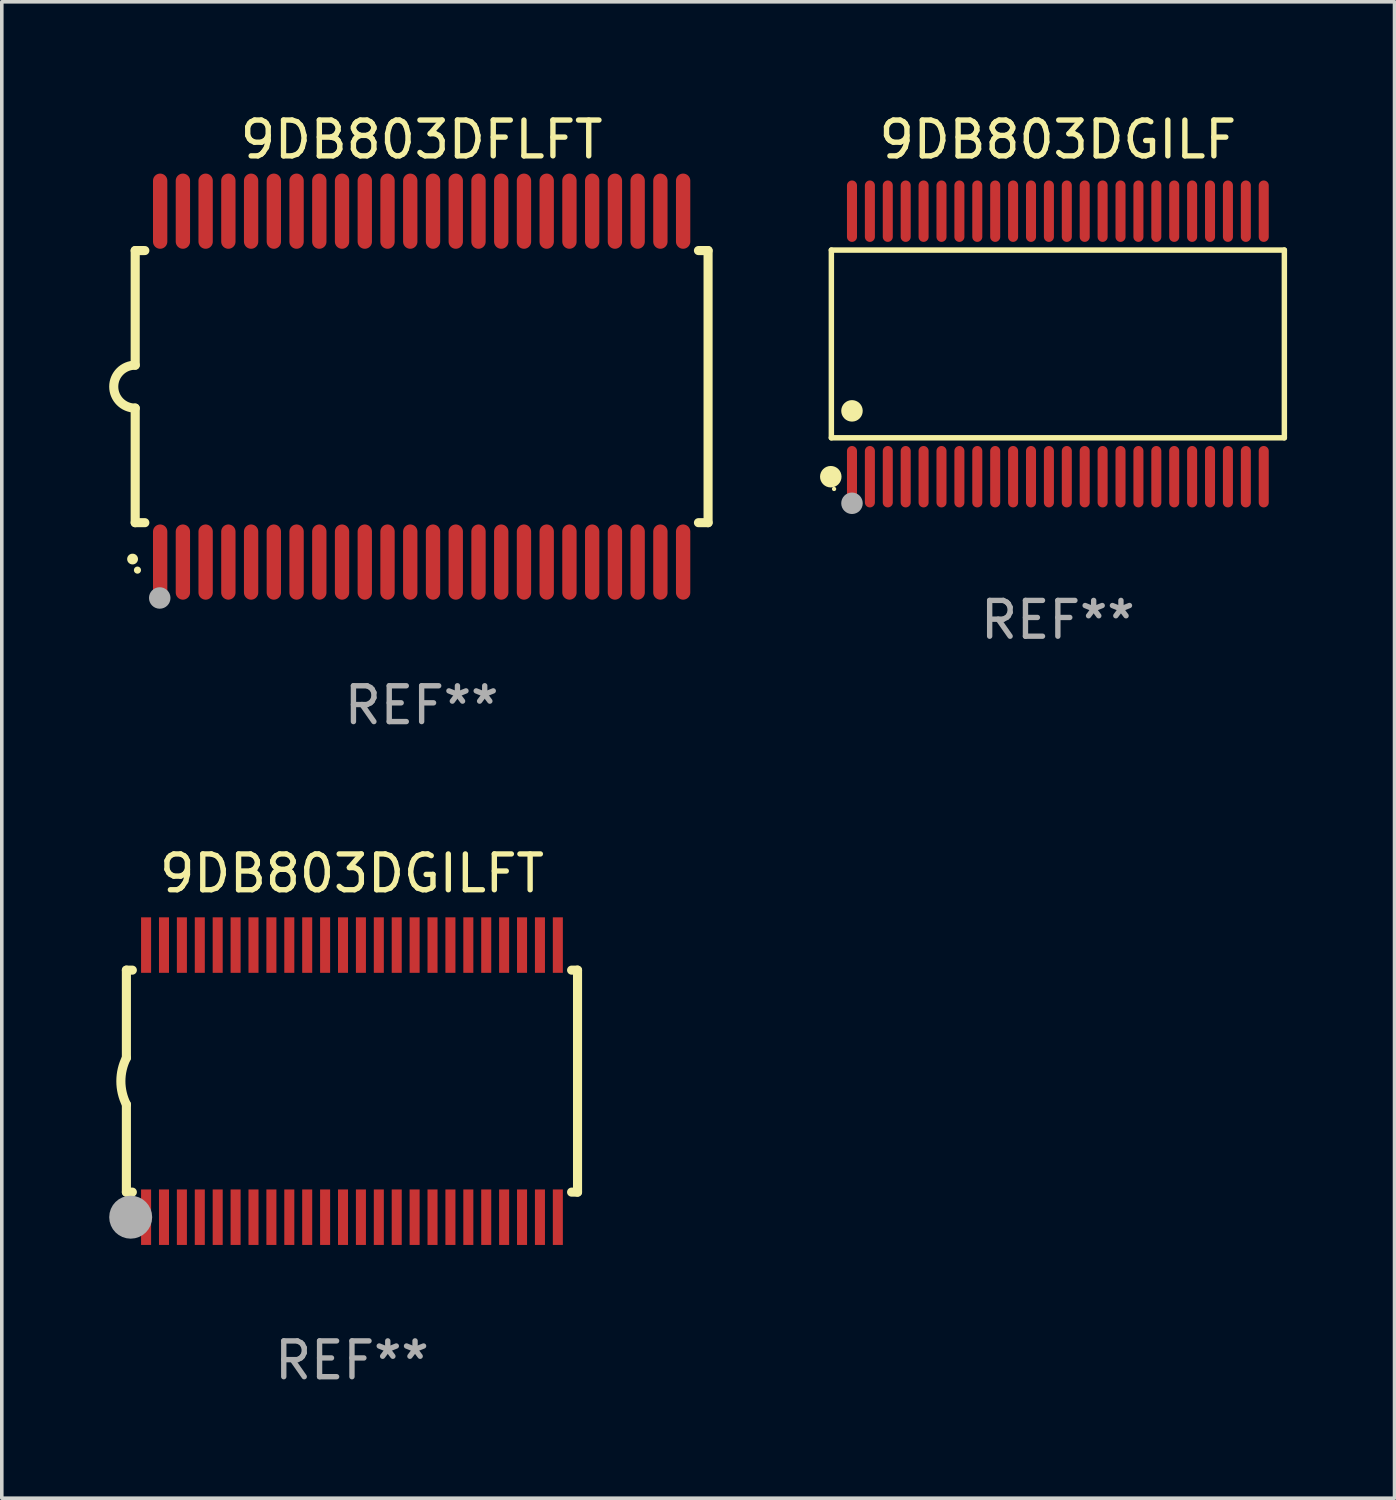
<source format=kicad_pcb>
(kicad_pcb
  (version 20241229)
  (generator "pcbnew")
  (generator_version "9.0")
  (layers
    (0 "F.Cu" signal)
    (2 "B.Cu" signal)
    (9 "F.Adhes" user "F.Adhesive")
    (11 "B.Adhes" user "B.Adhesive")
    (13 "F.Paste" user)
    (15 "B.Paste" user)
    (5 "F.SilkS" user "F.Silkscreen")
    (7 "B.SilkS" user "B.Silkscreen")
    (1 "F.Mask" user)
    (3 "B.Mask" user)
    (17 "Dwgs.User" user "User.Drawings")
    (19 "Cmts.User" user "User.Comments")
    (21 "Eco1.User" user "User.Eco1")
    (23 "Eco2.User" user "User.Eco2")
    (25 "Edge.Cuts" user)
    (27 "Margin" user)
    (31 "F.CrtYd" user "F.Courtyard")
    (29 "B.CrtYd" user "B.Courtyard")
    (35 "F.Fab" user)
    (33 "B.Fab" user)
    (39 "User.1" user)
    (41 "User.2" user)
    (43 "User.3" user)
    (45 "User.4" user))
  (footprint "9DB803DGILF"
    (layer "F.Cu")
    (at 26.495 6.556)
    (property "Reference" "9DB803DGILF" (at 0 -5.708 0) (layer "F.SilkS") (effects (font (size 1 1) (thickness 0.15))))
    (attr through_hole)
    (fp_line (start -6.326 -2.622) (end 6.326 -2.622) (stroke (width 0.152) (type solid)) (layer "F.SilkS"))
    (fp_line (start -6.326 2.621) (end -6.326 -2.622) (stroke (width 0.152) (type solid)) (layer "F.SilkS"))
    (fp_line (start 6.326 -2.622) (end 6.326 2.621) (stroke (width 0.152) (type solid)) (layer "F.SilkS"))
    (fp_line (start 6.326 2.621) (end -6.326 2.621) (stroke (width 0.152) (type solid)) (layer "F.SilkS"))
    (fp_circle (center -6.342 3.708) (end -6.192 3.708) (stroke (width 0.3) (type solid)) (fill no) (layer "F.SilkS"))
    (fp_circle (center -6.25 4.05) (end -6.22 4.05) (stroke (width 0.06) (type solid)) (fill no) (layer "F.SilkS"))
    (fp_circle (center -5.75 1.869) (end -5.6 1.869) (stroke (width 0.3) (type solid)) (fill no) (layer "F.SilkS"))
    (fp_circle (center -5.75 4.45) (end -5.6 4.45) (stroke (width 0.3) (type solid)) (fill no) (layer "F.Fab"))
    (fp_text user "REF**" (at 0 7.708 0) (layer "F.Fab") (effects (font (size 1 1) (thickness 0.15))))
    (pad "1" smd oval (at -5.75 3.708) (size 0.28 1.715) (layers "F.Cu" "F.Mask" "F.Paste"))
    (pad "2" smd oval (at -5.25 3.708) (size 0.28 1.715) (layers "F.Cu" "F.Mask" "F.Paste"))
    (pad "3" smd oval (at -4.75 3.708) (size 0.28 1.715) (layers "F.Cu" "F.Mask" "F.Paste"))
    (pad "4" smd oval (at -4.25 3.708) (size 0.28 1.715) (layers "F.Cu" "F.Mask" "F.Paste"))
    (pad "5" smd oval (at -3.75 3.708) (size 0.28 1.715) (layers "F.Cu" "F.Mask" "F.Paste"))
    (pad "6" smd oval (at -3.25 3.708) (size 0.28 1.715) (layers "F.Cu" "F.Mask" "F.Paste"))
    (pad "7" smd oval (at -2.75 3.708) (size 0.28 1.715) (layers "F.Cu" "F.Mask" "F.Paste"))
    (pad "8" smd oval (at -2.25 3.708) (size 0.28 1.715) (layers "F.Cu" "F.Mask" "F.Paste"))
    (pad "9" smd oval (at -1.75 3.708) (size 0.28 1.715) (layers "F.Cu" "F.Mask" "F.Paste"))
    (pad "10" smd oval (at -1.25 3.708) (size 0.28 1.715) (layers "F.Cu" "F.Mask" "F.Paste"))
    (pad "11" smd oval (at -0.75 3.708) (size 0.28 1.715) (layers "F.Cu" "F.Mask" "F.Paste"))
    (pad "12" smd oval (at -0.25 3.708) (size 0.28 1.715) (layers "F.Cu" "F.Mask" "F.Paste"))
    (pad "13" smd oval (at 0.25 3.708) (size 0.28 1.715) (layers "F.Cu" "F.Mask" "F.Paste"))
    (pad "14" smd oval (at 0.75 3.708) (size 0.28 1.715) (layers "F.Cu" "F.Mask" "F.Paste"))
    (pad "15" smd oval (at 1.25 3.708) (size 0.28 1.715) (layers "F.Cu" "F.Mask" "F.Paste"))
    (pad "16" smd oval (at 1.75 3.708) (size 0.28 1.715) (layers "F.Cu" "F.Mask" "F.Paste"))
    (pad "17" smd oval (at 2.25 3.708) (size 0.28 1.715) (layers "F.Cu" "F.Mask" "F.Paste"))
    (pad "18" smd oval (at 2.75 3.708) (size 0.28 1.715) (layers "F.Cu" "F.Mask" "F.Paste"))
    (pad "19" smd oval (at 3.25 3.708) (size 0.28 1.715) (layers "F.Cu" "F.Mask" "F.Paste"))
    (pad "20" smd oval (at 3.75 3.708) (size 0.28 1.715) (layers "F.Cu" "F.Mask" "F.Paste"))
    (pad "21" smd oval (at 4.25 3.708) (size 0.28 1.715) (layers "F.Cu" "F.Mask" "F.Paste"))
    (pad "22" smd oval (at 4.75 3.708) (size 0.28 1.715) (layers "F.Cu" "F.Mask" "F.Paste"))
    (pad "23" smd oval (at 5.25 3.708) (size 0.28 1.715) (layers "F.Cu" "F.Mask" "F.Paste"))
    (pad "24" smd oval (at 5.75 3.708) (size 0.28 1.715) (layers "F.Cu" "F.Mask" "F.Paste"))
    (pad "25" smd oval (at 5.75 -3.708) (size 0.28 1.715) (layers "F.Cu" "F.Mask" "F.Paste"))
    (pad "26" smd oval (at 5.25 -3.708) (size 0.28 1.715) (layers "F.Cu" "F.Mask" "F.Paste"))
    (pad "27" smd oval (at 4.75 -3.708) (size 0.28 1.715) (layers "F.Cu" "F.Mask" "F.Paste"))
    (pad "28" smd oval (at 4.25 -3.708) (size 0.28 1.715) (layers "F.Cu" "F.Mask" "F.Paste"))
    (pad "29" smd oval (at 3.75 -3.708) (size 0.28 1.715) (layers "F.Cu" "F.Mask" "F.Paste"))
    (pad "30" smd oval (at 3.25 -3.708) (size 0.28 1.715) (layers "F.Cu" "F.Mask" "F.Paste"))
    (pad "31" smd oval (at 2.75 -3.708) (size 0.28 1.715) (layers "F.Cu" "F.Mask" "F.Paste"))
    (pad "32" smd oval (at 2.25 -3.708) (size 0.28 1.715) (layers "F.Cu" "F.Mask" "F.Paste"))
    (pad "33" smd oval (at 1.75 -3.708) (size 0.28 1.715) (layers "F.Cu" "F.Mask" "F.Paste"))
    (pad "34" smd oval (at 1.25 -3.708) (size 0.28 1.715) (layers "F.Cu" "F.Mask" "F.Paste"))
    (pad "35" smd oval (at 0.75 -3.708) (size 0.28 1.715) (layers "F.Cu" "F.Mask" "F.Paste"))
    (pad "36" smd oval (at 0.25 -3.708) (size 0.28 1.715) (layers "F.Cu" "F.Mask" "F.Paste"))
    (pad "37" smd oval (at -0.25 -3.708) (size 0.28 1.715) (layers "F.Cu" "F.Mask" "F.Paste"))
    (pad "38" smd oval (at -0.75 -3.708) (size 0.28 1.715) (layers "F.Cu" "F.Mask" "F.Paste"))
    (pad "39" smd oval (at -1.25 -3.708) (size 0.28 1.715) (layers "F.Cu" "F.Mask" "F.Paste"))
    (pad "40" smd oval (at -1.75 -3.708) (size 0.28 1.715) (layers "F.Cu" "F.Mask" "F.Paste"))
    (pad "41" smd oval (at -2.25 -3.708) (size 0.28 1.715) (layers "F.Cu" "F.Mask" "F.Paste"))
    (pad "42" smd oval (at -2.75 -3.708) (size 0.28 1.715) (layers "F.Cu" "F.Mask" "F.Paste"))
    (pad "43" smd oval (at -3.25 -3.708) (size 0.28 1.715) (layers "F.Cu" "F.Mask" "F.Paste"))
    (pad "44" smd oval (at -3.75 -3.708) (size 0.28 1.715) (layers "F.Cu" "F.Mask" "F.Paste"))
    (pad "45" smd oval (at -4.25 -3.708) (size 0.28 1.715) (layers "F.Cu" "F.Mask" "F.Paste"))
    (pad "46" smd oval (at -4.75 -3.708) (size 0.28 1.715) (layers "F.Cu" "F.Mask" "F.Paste"))
    (pad "47" smd oval (at -5.25 -3.708) (size 0.28 1.715) (layers "F.Cu" "F.Mask" "F.Paste"))
    (pad "48" smd oval (at -5.75 -3.708) (size 0.28 1.715) (layers "F.Cu" "F.Mask" "F.Paste")))
  (footprint "9DB803DGILFT"
    (layer "F.Cu")
    (at 6.78 27.145)
    (property "Reference" "9DB803DGILFT" (at 0 -5.8 0) (layer "F.SilkS") (effects (font (size 1 1) (thickness 0.15))))
    (attr through_hole)
    (fp_line (start -6.3 -3.1) (end -6.3 -0.65) (stroke (width 0.254) (type solid)) (layer "F.SilkS"))
    (fp_line (start -6.3 -3.1) (end -6.134 -3.1) (stroke (width 0.254) (type solid)) (layer "F.SilkS"))
    (fp_line (start -6.3 3.1) (end -6.3 0.65) (stroke (width 0.254) (type solid)) (layer "F.SilkS"))
    (fp_line (start -6.3 3.1) (end -6.134 3.1) (stroke (width 0.254) (type solid)) (layer "F.SilkS"))
    (fp_line (start 6.134 -3.1) (end 6.3 -3.1) (stroke (width 0.254) (type solid)) (layer "F.SilkS"))
    (fp_line (start 6.134 3.1) (end 6.3 3.1) (stroke (width 0.254) (type solid)) (layer "F.SilkS"))
    (fp_line (start 6.3 -3.1) (end 6.3 3.1) (stroke (width 0.254) (type solid)) (layer "F.SilkS"))
    (fp_arc (start -6.301016 0.650114) (mid -6.45413 -0.000082) (end -6.3 -0.650038) (stroke (width 0.254001) (type solid)) (layer "F.SilkS"))
    (fp_circle (center -6.35 3.81) (end -6.223 3.81) (stroke (width 0.254) (type solid)) (fill no) (layer "F.SilkS"))
    (fp_circle (center -6.25 4.05) (end -6.22 4.05) (stroke (width 0.06) (type solid)) (fill no) (layer "F.SilkS"))
    (fp_circle (center -6.18 3.8) (end -5.88 3.8) (stroke (width 0.6) (type solid)) (fill no) (layer "F.Fab"))
    (fp_text user "REF**" (at 0 7.8 0) (layer "F.Fab") (effects (font (size 1 1) (thickness 0.15))))
    (pad "1" smd rect (at -5.75 3.8) (size 0.28 1.55) (layers "F.Cu" "F.Mask" "F.Paste"))
    (pad "2" smd rect (at -5.25 3.8) (size 0.28 1.55) (layers "F.Cu" "F.Mask" "F.Paste"))
    (pad "3" smd rect (at -4.75 3.8) (size 0.28 1.55) (layers "F.Cu" "F.Mask" "F.Paste"))
    (pad "4" smd rect (at -4.25 3.8) (size 0.28 1.55) (layers "F.Cu" "F.Mask" "F.Paste"))
    (pad "5" smd rect (at -3.75 3.8) (size 0.28 1.55) (layers "F.Cu" "F.Mask" "F.Paste"))
    (pad "6" smd rect (at -3.25 3.8) (size 0.28 1.55) (layers "F.Cu" "F.Mask" "F.Paste"))
    (pad "7" smd rect (at -2.75 3.8) (size 0.28 1.55) (layers "F.Cu" "F.Mask" "F.Paste"))
    (pad "8" smd rect (at -2.25 3.8) (size 0.28 1.55) (layers "F.Cu" "F.Mask" "F.Paste"))
    (pad "9" smd rect (at -1.75 3.8) (size 0.28 1.55) (layers "F.Cu" "F.Mask" "F.Paste"))
    (pad "10" smd rect (at -1.25 3.8) (size 0.28 1.55) (layers "F.Cu" "F.Mask" "F.Paste"))
    (pad "11" smd rect (at -0.75 3.8) (size 0.28 1.55) (layers "F.Cu" "F.Mask" "F.Paste"))
    (pad "12" smd rect (at -0.25 3.8) (size 0.28 1.55) (layers "F.Cu" "F.Mask" "F.Paste"))
    (pad "13" smd rect (at 0.25 3.8) (size 0.28 1.55) (layers "F.Cu" "F.Mask" "F.Paste"))
    (pad "14" smd rect (at 0.75 3.8) (size 0.28 1.55) (layers "F.Cu" "F.Mask" "F.Paste"))
    (pad "15" smd rect (at 1.25 3.8) (size 0.28 1.55) (layers "F.Cu" "F.Mask" "F.Paste"))
    (pad "16" smd rect (at 1.75 3.8) (size 0.28 1.55) (layers "F.Cu" "F.Mask" "F.Paste"))
    (pad "17" smd rect (at 2.25 3.8) (size 0.28 1.55) (layers "F.Cu" "F.Mask" "F.Paste"))
    (pad "18" smd rect (at 2.75 3.8) (size 0.28 1.55) (layers "F.Cu" "F.Mask" "F.Paste"))
    (pad "19" smd rect (at 3.25 3.8) (size 0.28 1.55) (layers "F.Cu" "F.Mask" "F.Paste"))
    (pad "20" smd rect (at 3.75 3.8) (size 0.28 1.55) (layers "F.Cu" "F.Mask" "F.Paste"))
    (pad "21" smd rect (at 4.25 3.8) (size 0.28 1.55) (layers "F.Cu" "F.Mask" "F.Paste"))
    (pad "22" smd rect (at 4.75 3.8) (size 0.28 1.55) (layers "F.Cu" "F.Mask" "F.Paste"))
    (pad "23" smd rect (at 5.25 3.8) (size 0.28 1.55) (layers "F.Cu" "F.Mask" "F.Paste"))
    (pad "24" smd rect (at 5.75 3.8) (size 0.28 1.55) (layers "F.Cu" "F.Mask" "F.Paste"))
    (pad "25" smd rect (at 5.75 -3.8) (size 0.28 1.55) (layers "F.Cu" "F.Mask" "F.Paste"))
    (pad "26" smd rect (at 5.25 -3.8) (size 0.28 1.55) (layers "F.Cu" "F.Mask" "F.Paste"))
    (pad "27" smd rect (at 4.75 -3.8) (size 0.28 1.55) (layers "F.Cu" "F.Mask" "F.Paste"))
    (pad "28" smd rect (at 4.25 -3.8) (size 0.28 1.55) (layers "F.Cu" "F.Mask" "F.Paste"))
    (pad "29" smd rect (at 3.75 -3.8) (size 0.28 1.55) (layers "F.Cu" "F.Mask" "F.Paste"))
    (pad "30" smd rect (at 3.25 -3.8) (size 0.28 1.55) (layers "F.Cu" "F.Mask" "F.Paste"))
    (pad "31" smd rect (at 2.75 -3.8) (size 0.28 1.55) (layers "F.Cu" "F.Mask" "F.Paste"))
    (pad "32" smd rect (at 2.25 -3.8) (size 0.28 1.55) (layers "F.Cu" "F.Mask" "F.Paste"))
    (pad "33" smd rect (at 1.75 -3.8) (size 0.28 1.55) (layers "F.Cu" "F.Mask" "F.Paste"))
    (pad "34" smd rect (at 1.25 -3.8) (size 0.28 1.55) (layers "F.Cu" "F.Mask" "F.Paste"))
    (pad "35" smd rect (at 0.75 -3.8) (size 0.28 1.55) (layers "F.Cu" "F.Mask" "F.Paste"))
    (pad "36" smd rect (at 0.25 -3.8) (size 0.28 1.55) (layers "F.Cu" "F.Mask" "F.Paste"))
    (pad "37" smd rect (at -0.25 -3.8) (size 0.28 1.55) (layers "F.Cu" "F.Mask" "F.Paste"))
    (pad "38" smd rect (at -0.75 -3.8) (size 0.28 1.55) (layers "F.Cu" "F.Mask" "F.Paste"))
    (pad "39" smd rect (at -1.25 -3.8) (size 0.28 1.55) (layers "F.Cu" "F.Mask" "F.Paste"))
    (pad "40" smd rect (at -1.75 -3.8) (size 0.28 1.55) (layers "F.Cu" "F.Mask" "F.Paste"))
    (pad "41" smd rect (at -2.25 -3.8) (size 0.28 1.55) (layers "F.Cu" "F.Mask" "F.Paste"))
    (pad "42" smd rect (at -2.75 -3.8) (size 0.28 1.55) (layers "F.Cu" "F.Mask" "F.Paste"))
    (pad "43" smd rect (at -3.25 -3.8) (size 0.28 1.55) (layers "F.Cu" "F.Mask" "F.Paste"))
    (pad "44" smd rect (at -3.75 -3.8) (size 0.28 1.55) (layers "F.Cu" "F.Mask" "F.Paste"))
    (pad "45" smd rect (at -4.25 -3.8) (size 0.28 1.55) (layers "F.Cu" "F.Mask" "F.Paste"))
    (pad "46" smd rect (at -4.75 -3.8) (size 0.28 1.55) (layers "F.Cu" "F.Mask" "F.Paste"))
    (pad "47" smd rect (at -5.25 -3.8) (size 0.28 1.55) (layers "F.Cu" "F.Mask" "F.Paste"))
    (pad "48" smd rect (at -5.75 -3.8) (size 0.28 1.55) (layers "F.Cu" "F.Mask" "F.Paste")))
  (footprint "9DB803DFLFT"
    (layer "F.Cu")
    (at 8.726 7.748)
    (property "Reference" "9DB803DFLFT" (at 0 -6.9 0) (layer "F.SilkS") (effects (font (size 1 1) (thickness 0.15))))
    (attr through_hole)
    (fp_line (start -8 -3.8) (end -8 -0.599) (stroke (width 0.254) (type solid)) (layer "F.SilkS"))
    (fp_line (start -8 -3.8) (end -7.731 -3.8) (stroke (width 0.254) (type solid)) (layer "F.SilkS"))
    (fp_line (start -8 3.8) (end -8 0.599) (stroke (width 0.254) (type solid)) (layer "F.SilkS"))
    (fp_line (start -7.731 3.8) (end -8 3.8) (stroke (width 0.254) (type solid)) (layer "F.SilkS"))
    (fp_line (start 7.731 -3.8) (end 8 -3.8) (stroke (width 0.254) (type solid)) (layer "F.SilkS"))
    (fp_line (start 8 -3.8) (end 8 3.8) (stroke (width 0.254) (type solid)) (layer "F.SilkS"))
    (fp_line (start 8 3.8) (end 7.731 3.8) (stroke (width 0.254) (type solid)) (layer "F.SilkS"))
    (fp_arc (start -8.074676 4.81585) (mid -8.073406 4.815845) (end -8.072136 4.81585) (stroke (width 0.3) (type solid)) (layer "F.SilkS"))
    (fp_arc (start -8.000025 0.6) (mid -8.598908 0.00056) (end -8.000027 -0.598882) (stroke (width 0.254001) (type solid)) (layer "F.SilkS"))
    (fp_circle (center -7.937 5.125) (end -7.887 5.125) (stroke (width 0.1) (type solid)) (fill no) (layer "F.SilkS"))
    (fp_circle (center -7.315 5.903) (end -7.165 5.903) (stroke (width 0.3) (type solid)) (fill no) (layer "F.Fab"))
    (fp_text user "REF**" (at 0 8.9 0) (layer "F.Fab") (effects (font (size 1 1) (thickness 0.15))))
    (pad "1" smd oval (at -7.303 4.9) (size 0.4 2.1) (layers "F.Cu" "F.Mask" "F.Paste"))
    (pad "2" smd oval (at -6.668 4.9) (size 0.4 2.1) (layers "F.Cu" "F.Mask" "F.Paste"))
    (pad "3" smd oval (at -6.033 4.9) (size 0.4 2.1) (layers "F.Cu" "F.Mask" "F.Paste"))
    (pad "4" smd oval (at -5.398 4.9) (size 0.4 2.1) (layers "F.Cu" "F.Mask" "F.Paste"))
    (pad "5" smd oval (at -4.763 4.9) (size 0.4 2.1) (layers "F.Cu" "F.Mask" "F.Paste"))
    (pad "6" smd oval (at -4.128 4.9) (size 0.4 2.1) (layers "F.Cu" "F.Mask" "F.Paste"))
    (pad "7" smd oval (at -3.493 4.9) (size 0.4 2.1) (layers "F.Cu" "F.Mask" "F.Paste"))
    (pad "8" smd oval (at -2.858 4.9) (size 0.4 2.1) (layers "F.Cu" "F.Mask" "F.Paste"))
    (pad "9" smd oval (at -2.223 4.9) (size 0.4 2.1) (layers "F.Cu" "F.Mask" "F.Paste"))
    (pad "10" smd oval (at -1.588 4.9) (size 0.4 2.1) (layers "F.Cu" "F.Mask" "F.Paste"))
    (pad "11" smd oval (at -0.953 4.9) (size 0.4 2.1) (layers "F.Cu" "F.Mask" "F.Paste"))
    (pad "12" smd oval (at -0.318 4.9) (size 0.4 2.1) (layers "F.Cu" "F.Mask" "F.Paste"))
    (pad "13" smd oval (at 0.318 4.9) (size 0.4 2.1) (layers "F.Cu" "F.Mask" "F.Paste"))
    (pad "14" smd oval (at 0.953 4.9) (size 0.4 2.1) (layers "F.Cu" "F.Mask" "F.Paste"))
    (pad "15" smd oval (at 1.588 4.9) (size 0.4 2.1) (layers "F.Cu" "F.Mask" "F.Paste"))
    (pad "16" smd oval (at 2.223 4.9) (size 0.4 2.1) (layers "F.Cu" "F.Mask" "F.Paste"))
    (pad "17" smd oval (at 2.858 4.9) (size 0.4 2.1) (layers "F.Cu" "F.Mask" "F.Paste"))
    (pad "18" smd oval (at 3.493 4.9) (size 0.4 2.1) (layers "F.Cu" "F.Mask" "F.Paste"))
    (pad "19" smd oval (at 4.128 4.9) (size 0.4 2.1) (layers "F.Cu" "F.Mask" "F.Paste"))
    (pad "20" smd oval (at 4.763 4.9) (size 0.4 2.1) (layers "F.Cu" "F.Mask" "F.Paste"))
    (pad "21" smd oval (at 5.398 4.9) (size 0.4 2.1) (layers "F.Cu" "F.Mask" "F.Paste"))
    (pad "22" smd oval (at 6.033 4.9) (size 0.4 2.1) (layers "F.Cu" "F.Mask" "F.Paste"))
    (pad "23" smd oval (at 6.668 4.9) (size 0.4 2.1) (layers "F.Cu" "F.Mask" "F.Paste"))
    (pad "24" smd oval (at 7.303 4.9) (size 0.4 2.1) (layers "F.Cu" "F.Mask" "F.Paste"))
    (pad "25" smd oval (at 7.303 -4.9 180) (size 0.4 2.1) (layers "F.Cu" "F.Mask" "F.Paste"))
    (pad "26" smd oval (at 6.668 -4.9 180) (size 0.4 2.1) (layers "F.Cu" "F.Mask" "F.Paste"))
    (pad "27" smd oval (at 6.033 -4.9 180) (size 0.4 2.1) (layers "F.Cu" "F.Mask" "F.Paste"))
    (pad "28" smd oval (at 5.398 -4.9 180) (size 0.4 2.1) (layers "F.Cu" "F.Mask" "F.Paste"))
    (pad "29" smd oval (at 4.763 -4.9 180) (size 0.4 2.1) (layers "F.Cu" "F.Mask" "F.Paste"))
    (pad "30" smd oval (at 4.128 -4.9 180) (size 0.4 2.1) (layers "F.Cu" "F.Mask" "F.Paste"))
    (pad "31" smd oval (at 3.493 -4.9 180) (size 0.4 2.1) (layers "F.Cu" "F.Mask" "F.Paste"))
    (pad "32" smd oval (at 2.858 -4.9 180) (size 0.4 2.1) (layers "F.Cu" "F.Mask" "F.Paste"))
    (pad "33" smd oval (at 2.223 -4.9 180) (size 0.4 2.1) (layers "F.Cu" "F.Mask" "F.Paste"))
    (pad "34" smd oval (at 1.588 -4.9 180) (size 0.4 2.1) (layers "F.Cu" "F.Mask" "F.Paste"))
    (pad "35" smd oval (at 0.953 -4.9 180) (size 0.4 2.1) (layers "F.Cu" "F.Mask" "F.Paste"))
    (pad "36" smd oval (at 0.318 -4.9 180) (size 0.4 2.1) (layers "F.Cu" "F.Mask" "F.Paste"))
    (pad "37" smd oval (at -0.318 -4.9 180) (size 0.4 2.1) (layers "F.Cu" "F.Mask" "F.Paste"))
    (pad "38" smd oval (at -0.953 -4.9 180) (size 0.4 2.1) (layers "F.Cu" "F.Mask" "F.Paste"))
    (pad "39" smd oval (at -1.588 -4.9 180) (size 0.4 2.1) (layers "F.Cu" "F.Mask" "F.Paste"))
    (pad "40" smd oval (at -2.223 -4.9 180) (size 0.4 2.1) (layers "F.Cu" "F.Mask" "F.Paste"))
    (pad "41" smd oval (at -2.858 -4.9 180) (size 0.4 2.1) (layers "F.Cu" "F.Mask" "F.Paste"))
    (pad "42" smd oval (at -3.493 -4.9 180) (size 0.4 2.1) (layers "F.Cu" "F.Mask" "F.Paste"))
    (pad "43" smd oval (at -4.128 -4.9 180) (size 0.4 2.1) (layers "F.Cu" "F.Mask" "F.Paste"))
    (pad "44" smd oval (at -4.763 -4.9 180) (size 0.4 2.1) (layers "F.Cu" "F.Mask" "F.Paste"))
    (pad "45" smd oval (at -5.398 -4.9 180) (size 0.4 2.1) (layers "F.Cu" "F.Mask" "F.Paste"))
    (pad "46" smd oval (at -6.033 -4.9 180) (size 0.4 2.1) (layers "F.Cu" "F.Mask" "F.Paste"))
    (pad "47" smd oval (at -6.668 -4.9 180) (size 0.4 2.1) (layers "F.Cu" "F.Mask" "F.Paste"))
    (pad "48" smd oval (at -7.303 -4.9 180) (size 0.4 2.1) (layers "F.Cu" "F.Mask" "F.Paste")))
  (gr_rect
    (start -3 -3)
    (end 35.898 38.793)
    (stroke (width 0.1) (type default))
    (fill no)
    (layer "Edge.Cuts")))
</source>
